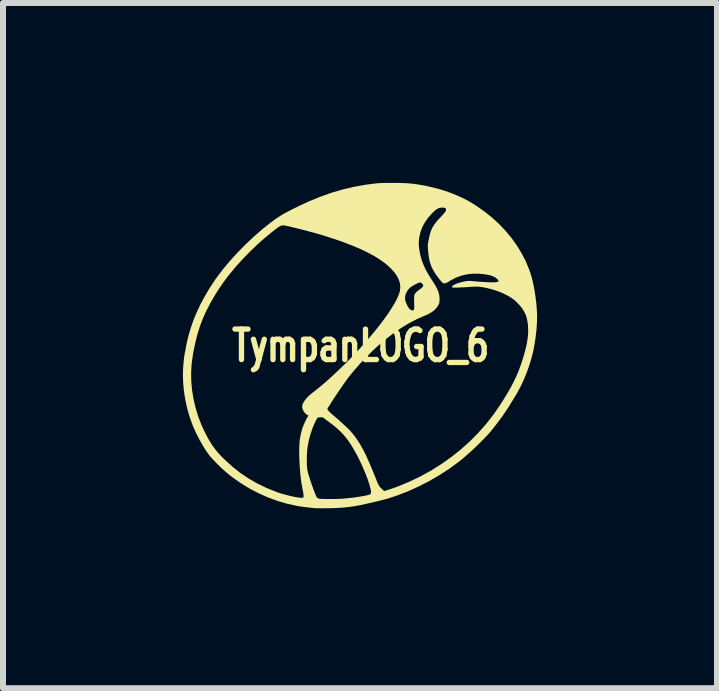
<source format=kicad_pcb>
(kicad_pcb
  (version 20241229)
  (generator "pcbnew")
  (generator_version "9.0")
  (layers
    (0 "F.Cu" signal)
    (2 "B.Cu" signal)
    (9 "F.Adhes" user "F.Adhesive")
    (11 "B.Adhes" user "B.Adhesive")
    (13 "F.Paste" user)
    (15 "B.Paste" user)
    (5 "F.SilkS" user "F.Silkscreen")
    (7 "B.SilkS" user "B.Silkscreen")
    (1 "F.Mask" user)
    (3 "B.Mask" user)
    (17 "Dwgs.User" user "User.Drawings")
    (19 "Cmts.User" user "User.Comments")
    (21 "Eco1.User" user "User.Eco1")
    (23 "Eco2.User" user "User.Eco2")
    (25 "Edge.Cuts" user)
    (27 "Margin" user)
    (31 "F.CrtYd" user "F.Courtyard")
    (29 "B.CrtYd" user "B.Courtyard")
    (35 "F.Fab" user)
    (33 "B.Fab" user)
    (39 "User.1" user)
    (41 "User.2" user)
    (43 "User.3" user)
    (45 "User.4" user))
  (footprint "TympanLOGO_6"
    (layer "F.Cu")
    (at 2.963 2.715)
    (property "Reference" "TympanLOGO_6" (at 0 0 0) (layer "F.SilkS") (effects (font (size 0.508 0.381) (thickness 0.089))))
    (attr board_only exclude_from_pos_files exclude_from_bom)
    (fp_poly (pts (xy 0.625 -2.715) (xy 0.7 -2.713) (xy 0.768 -2.71) (xy 0.831 -2.705) (xy 0.892 -2.699) (xy 0.953 -2.69) (xy 1.017 -2.679) (xy 1.074 -2.669) (xy 1.191 -2.643) (xy 1.301 -2.615) (xy 1.406 -2.583) (xy 1.511 -2.545) (xy 1.619 -2.501) (xy 1.7 -2.464) (xy 1.777 -2.425) (xy 1.861 -2.377) (xy 1.95 -2.319) (xy 2.044 -2.253) (xy 2.069 -2.235) (xy 2.193 -2.136) (xy 2.309 -2.03) (xy 2.417 -1.916) (xy 2.516 -1.797) (xy 2.605 -1.672) (xy 2.684 -1.543) (xy 2.753 -1.41) (xy 2.809 -1.274) (xy 2.834 -1.203) (xy 2.858 -1.12) (xy 2.88 -1.028) (xy 2.899 -0.929) (xy 2.915 -0.825) (xy 2.928 -0.721) (xy 2.937 -0.619) (xy 2.942 -0.521) (xy 2.942 -0.43) (xy 2.941 -0.4) (xy 2.934 -0.283) (xy 2.921 -0.164) (xy 2.904 -0.047) (xy 2.884 0.065) (xy 2.86 0.167) (xy 2.821 0.3) (xy 2.776 0.431) (xy 2.724 0.559) (xy 2.667 0.681) (xy 2.606 0.794) (xy 2.576 0.844) (xy 2.559 0.871) (xy 2.539 0.904) (xy 2.52 0.936) (xy 2.513 0.947) (xy 2.468 1.02) (xy 2.416 1.099) (xy 2.359 1.182) (xy 2.298 1.264) (xy 2.236 1.345) (xy 2.179 1.416) (xy 2.13 1.473) (xy 2.072 1.535) (xy 2.008 1.601) (xy 1.939 1.668) (xy 1.868 1.736) (xy 1.796 1.801) (xy 1.726 1.862) (xy 1.66 1.917) (xy 1.629 1.941) (xy 1.477 2.052) (xy 1.315 2.157) (xy 1.147 2.255) (xy 0.973 2.344) (xy 0.797 2.424) (xy 0.619 2.493) (xy 0.556 2.515) (xy 0.521 2.526) (xy 0.49 2.536) (xy 0.46 2.546) (xy 0.43 2.555) (xy 0.398 2.563) (xy 0.364 2.572) (xy 0.325 2.582) (xy 0.281 2.593) (xy 0.228 2.605) (xy 0.166 2.62) (xy 0.103 2.634) (xy -0.002 2.657) (xy -0.101 2.675) (xy -0.198 2.689) (xy -0.295 2.699) (xy -0.396 2.705) (xy -0.505 2.709) (xy -0.547 2.709) (xy -0.595 2.71) (xy -0.64 2.71) (xy -0.681 2.71) (xy -0.714 2.71) (xy -0.739 2.709) (xy -0.754 2.709) (xy -0.756 2.709) (xy -0.77 2.707) (xy -0.794 2.705) (xy -0.824 2.702) (xy -0.858 2.698) (xy -0.874 2.697) (xy -1.043 2.674) (xy -1.211 2.638) (xy -1.376 2.591) (xy -1.538 2.532) (xy -1.697 2.462) (xy -1.852 2.381) (xy -2.002 2.289) (xy -2.147 2.186) (xy -2.204 2.141) (xy -2.258 2.095) (xy -2.316 2.043) (xy -2.375 1.986) (xy -2.431 1.929) (xy -2.482 1.875) (xy -2.504 1.85) (xy -2.538 1.806) (xy -2.576 1.753) (xy -2.615 1.692) (xy -2.654 1.624) (xy -2.693 1.554) (xy -2.731 1.481) (xy -2.765 1.409) (xy -2.796 1.34) (xy -2.797 1.335) (xy -2.848 1.197) (xy -2.89 1.052) (xy -2.923 0.902) (xy -2.947 0.751) (xy -2.96 0.6) (xy -2.963 0.487) (xy -2.962 0.443) (xy -2.826 0.443) (xy -2.824 0.592) (xy -2.81 0.743) (xy -2.785 0.893) (xy -2.75 1.042) (xy -2.705 1.189) (xy -2.649 1.332) (xy -2.583 1.472) (xy -2.553 1.527) (xy -2.517 1.59) (xy -2.483 1.645) (xy -2.449 1.694) (xy -2.414 1.74) (xy -2.376 1.786) (xy -2.332 1.833) (xy -2.281 1.885) (xy -2.258 1.907) (xy -2.134 2.019) (xy -2.005 2.121) (xy -1.869 2.213) (xy -1.726 2.295) (xy -1.574 2.369) (xy -1.414 2.433) (xy -1.397 2.44) (xy -1.35 2.456) (xy -1.298 2.472) (xy -1.245 2.486) (xy -1.192 2.5) (xy -1.141 2.512) (xy -1.092 2.522) (xy -1.048 2.529) (xy -1.011 2.534) (xy -0.982 2.536) (xy -0.963 2.535) (xy -0.96 2.534) (xy -0.953 2.525) (xy -0.951 2.507) (xy -0.953 2.477) (xy -0.959 2.437) (xy -0.963 2.419) (xy -0.987 2.288) (xy -1.005 2.146) (xy -1.017 1.993) (xy -1.019 1.939) (xy -0.897 1.939) (xy -0.896 1.987) (xy -0.893 2.03) (xy -0.89 2.063) (xy -0.889 2.069) (xy -0.883 2.094) (xy -0.875 2.127) (xy -0.863 2.167) (xy -0.849 2.211) (xy -0.834 2.258) (xy -0.818 2.306) (xy -0.801 2.353) (xy -0.784 2.399) (xy -0.769 2.44) (xy -0.754 2.476) (xy -0.742 2.505) (xy -0.732 2.525) (xy -0.726 2.533) (xy -0.712 2.543) (xy -0.693 2.55) (xy -0.693 2.55) (xy -0.678 2.552) (xy -0.653 2.553) (xy -0.619 2.554) (xy -0.579 2.555) (xy -0.535 2.555) (xy -0.488 2.555) (xy -0.44 2.555) (xy -0.394 2.554) (xy -0.352 2.553) (xy -0.315 2.551) (xy -0.297 2.55) (xy -0.243 2.545) (xy -0.187 2.539) (xy -0.13 2.533) (xy -0.074 2.525) (xy -0.021 2.517) (xy 0.028 2.509) (xy 0.072 2.501) (xy 0.109 2.493) (xy 0.137 2.486) (xy 0.156 2.479) (xy 0.163 2.474) (xy 0.171 2.457) (xy 0.173 2.435) (xy 0.17 2.406) (xy 0.166 2.388) (xy 0.147 2.316) (xy 0.121 2.236) (xy 0.089 2.151) (xy 0.052 2.062) (xy 0.012 1.971) (xy -0.031 1.882) (xy -0.076 1.795) (xy -0.123 1.713) (xy -0.161 1.65) (xy -0.206 1.583) (xy -0.251 1.524) (xy -0.299 1.469) (xy -0.351 1.416) (xy -0.409 1.364) (xy -0.476 1.31) (xy -0.511 1.284) (xy -0.631 1.194) (xy -0.67 1.194) (xy -0.692 1.195) (xy -0.709 1.196) (xy -0.717 1.199) (xy -0.723 1.207) (xy -0.734 1.225) (xy -0.747 1.249) (xy -0.761 1.279) (xy -0.775 1.311) (xy -0.789 1.343) (xy -0.796 1.36) (xy -0.834 1.468) (xy -0.863 1.575) (xy -0.883 1.683) (xy -0.886 1.697) (xy -0.89 1.736) (xy -0.893 1.782) (xy -0.896 1.833) (xy -0.897 1.886) (xy -0.897 1.939) (xy -1.019 1.939) (xy -1.023 1.85) (xy -1.024 1.766) (xy -1.023 1.692) (xy -1.02 1.626) (xy -1.014 1.566) (xy -1.004 1.508) (xy -0.992 1.452) (xy -0.976 1.394) (xy -0.965 1.359) (xy -0.952 1.325) (xy -0.935 1.286) (xy -0.917 1.247) (xy -0.898 1.21) (xy -0.881 1.183) (xy -0.868 1.163) (xy -0.883 1.157) (xy -0.908 1.142) (xy -0.933 1.117) (xy -0.953 1.087) (xy -0.968 1.054) (xy -0.969 1.051) (xy -0.553 1.051) (xy -0.55 1.066) (xy -0.537 1.084) (xy -0.527 1.094) (xy -0.508 1.114) (xy -0.483 1.136) (xy -0.458 1.159) (xy -0.45 1.165) (xy -0.427 1.184) (xy -0.398 1.209) (xy -0.365 1.238) (xy -0.33 1.27) (xy -0.294 1.302) (xy -0.26 1.334) (xy -0.229 1.363) (xy -0.203 1.388) (xy -0.185 1.407) (xy -0.181 1.41) (xy -0.122 1.478) (xy -0.066 1.554) (xy -0.012 1.637) (xy 0.04 1.73) (xy 0.092 1.832) (xy 0.143 1.946) (xy 0.15 1.962) (xy 0.164 1.997) (xy 0.179 2.03) (xy 0.191 2.059) (xy 0.2 2.081) (xy 0.203 2.087) (xy 0.21 2.106) (xy 0.221 2.133) (xy 0.234 2.165) (xy 0.248 2.199) (xy 0.253 2.212) (xy 0.271 2.257) (xy 0.285 2.291) (xy 0.298 2.318) (xy 0.311 2.339) (xy 0.324 2.357) (xy 0.339 2.373) (xy 0.356 2.389) (xy 0.394 2.423) (xy 0.467 2.4) (xy 0.505 2.388) (xy 0.547 2.373) (xy 0.59 2.358) (xy 0.617 2.348) (xy 0.809 2.269) (xy 0.995 2.18) (xy 1.175 2.081) (xy 1.348 1.972) (xy 1.515 1.854) (xy 1.674 1.727) (xy 1.824 1.592) (xy 1.966 1.448) (xy 2.099 1.297) (xy 2.222 1.139) (xy 2.292 1.038) (xy 2.368 0.922) (xy 2.435 0.813) (xy 2.495 0.71) (xy 2.547 0.612) (xy 2.593 0.516) (xy 2.633 0.423) (xy 2.667 0.33) (xy 2.678 0.3) (xy 2.711 0.196) (xy 2.738 0.102) (xy 2.76 0.016) (xy 2.776 -0.064) (xy 2.787 -0.138) (xy 2.793 -0.208) (xy 2.794 -0.275) (xy 2.79 -0.341) (xy 2.789 -0.359) (xy 2.777 -0.433) (xy 2.759 -0.5) (xy 2.731 -0.562) (xy 2.695 -0.621) (xy 2.648 -0.679) (xy 2.598 -0.73) (xy 2.555 -0.768) (xy 2.509 -0.801) (xy 2.458 -0.832) (xy 2.397 -0.863) (xy 2.391 -0.866) (xy 2.32 -0.897) (xy 2.242 -0.925) (xy 2.163 -0.948) (xy 2.085 -0.967) (xy 2.011 -0.98) (xy 1.969 -0.984) (xy 1.942 -0.985) (xy 1.907 -0.985) (xy 1.868 -0.984) (xy 1.83 -0.982) (xy 1.829 -0.981) (xy 1.769 -0.977) (xy 1.714 -0.974) (xy 1.663 -0.972) (xy 1.617 -0.97) (xy 1.58 -0.97) (xy 1.55 -0.97) (xy 1.531 -0.972) (xy 1.523 -0.974) (xy 1.523 -0.974) (xy 1.522 -0.986) (xy 1.533 -0.999) (xy 1.553 -1.013) (xy 1.581 -1.027) (xy 1.617 -1.041) (xy 1.658 -1.054) (xy 1.703 -1.066) (xy 1.734 -1.072) (xy 1.755 -1.076) (xy 1.774 -1.079) (xy 1.791 -1.08) (xy 1.81 -1.081) (xy 1.834 -1.08) (xy 1.864 -1.078) (xy 1.903 -1.074) (xy 1.918 -1.073) (xy 1.965 -1.069) (xy 2.015 -1.065) (xy 2.064 -1.062) (xy 2.109 -1.06) (xy 2.135 -1.059) (xy 2.19 -1.057) (xy 2.234 -1.058) (xy 2.266 -1.061) (xy 2.287 -1.067) (xy 2.298 -1.075) (xy 2.299 -1.086) (xy 2.29 -1.1) (xy 2.276 -1.114) (xy 2.251 -1.135) (xy 2.222 -1.151) (xy 2.189 -1.165) (xy 2.149 -1.177) (xy 2.102 -1.186) (xy 2.045 -1.194) (xy 1.983 -1.2) (xy 1.882 -1.202) (xy 1.783 -1.192) (xy 1.687 -1.171) (xy 1.593 -1.137) (xy 1.503 -1.091) (xy 1.472 -1.072) (xy 1.439 -1.052) (xy 1.413 -1.042) (xy 1.391 -1.039) (xy 1.377 -1.042) (xy 1.367 -1.05) (xy 1.351 -1.066) (xy 1.33 -1.089) (xy 1.308 -1.117) (xy 1.284 -1.148) (xy 1.261 -1.181) (xy 1.239 -1.213) (xy 1.231 -1.226) (xy 1.205 -1.271) (xy 1.183 -1.316) (xy 1.165 -1.362) (xy 1.151 -1.411) (xy 1.14 -1.465) (xy 1.131 -1.528) (xy 1.124 -1.599) (xy 1.122 -1.634) (xy 1.12 -1.66) (xy 1.121 -1.683) (xy 1.123 -1.704) (xy 1.127 -1.729) (xy 1.133 -1.762) (xy 1.135 -1.769) (xy 1.149 -1.834) (xy 1.164 -1.888) (xy 1.181 -1.936) (xy 1.202 -1.979) (xy 1.227 -2.019) (xy 1.258 -2.06) (xy 1.296 -2.104) (xy 1.322 -2.132) (xy 1.357 -2.169) (xy 1.384 -2.199) (xy 1.403 -2.223) (xy 1.416 -2.243) (xy 1.423 -2.259) (xy 1.425 -2.272) (xy 1.425 -2.274) (xy 1.42 -2.289) (xy 1.404 -2.299) (xy 1.379 -2.304) (xy 1.348 -2.303) (xy 1.328 -2.3) (xy 1.306 -2.295) (xy 1.285 -2.286) (xy 1.263 -2.273) (xy 1.239 -2.254) (xy 1.21 -2.227) (xy 1.192 -2.209) (xy 1.127 -2.136) (xy 1.072 -2.059) (xy 1.029 -1.979) (xy 0.998 -1.897) (xy 0.979 -1.812) (xy 0.978 -1.809) (xy 0.973 -1.767) (xy 0.97 -1.73) (xy 0.97 -1.695) (xy 0.972 -1.657) (xy 0.977 -1.612) (xy 0.978 -1.605) (xy 0.994 -1.519) (xy 1.017 -1.434) (xy 1.048 -1.35) (xy 1.088 -1.264) (xy 1.139 -1.174) (xy 1.183 -1.105) (xy 1.22 -1.047) (xy 1.25 -0.998) (xy 1.273 -0.954) (xy 1.291 -0.915) (xy 1.303 -0.879) (xy 1.311 -0.844) (xy 1.315 -0.809) (xy 1.316 -0.781) (xy 1.316 -0.751) (xy 1.314 -0.73) (xy 1.312 -0.714) (xy 1.306 -0.699) (xy 1.298 -0.681) (xy 1.296 -0.677) (xy 1.266 -0.632) (xy 1.227 -0.591) (xy 1.178 -0.555) (xy 1.118 -0.522) (xy 1.073 -0.503) (xy 0.943 -0.446) (xy 0.814 -0.38) (xy 0.686 -0.303) (xy 0.56 -0.217) (xy 0.433 -0.12) (xy 0.304 -0.012) (xy 0.209 0.076) (xy 0.104 0.179) (xy -0.001 0.29) (xy -0.101 0.403) (xy -0.188 0.509) (xy -0.205 0.531) (xy -0.227 0.561) (xy -0.252 0.596) (xy -0.281 0.637) (xy -0.311 0.68) (xy -0.343 0.726) (xy -0.374 0.772) (xy -0.404 0.816) (xy -0.432 0.858) (xy -0.457 0.896) (xy -0.478 0.929) (xy -0.494 0.954) (xy -0.504 0.971) (xy -0.505 0.973) (xy -0.517 0.993) (xy -0.53 1.012) (xy -0.533 1.016) (xy -0.548 1.036) (xy -0.553 1.051) (xy -0.969 1.051) (xy -0.975 1.022) (xy -0.975 1.016) (xy -0.97 0.984) (xy -0.955 0.949) (xy -0.93 0.911) (xy -0.898 0.871) (xy -0.859 0.831) (xy -0.815 0.793) (xy -0.8 0.782) (xy -0.736 0.732) (xy -0.665 0.674) (xy -0.588 0.609) (xy -0.508 0.538) (xy -0.426 0.462) (xy -0.343 0.383) (xy -0.26 0.303) (xy -0.179 0.222) (xy -0.101 0.141) (xy -0.028 0.063) (xy -0.022 0.056) (xy 0.075 -0.053) (xy 0.166 -0.158) (xy 0.25 -0.26) (xy 0.328 -0.358) (xy 0.398 -0.451) (xy 0.461 -0.54) (xy 0.515 -0.623) (xy 0.562 -0.7) (xy 0.6 -0.77) (xy 0.617 -0.808) (xy 0.741 -0.808) (xy 0.741 -0.775) (xy 0.749 -0.74) (xy 0.765 -0.7) (xy 0.775 -0.677) (xy 0.796 -0.639) (xy 0.818 -0.612) (xy 0.839 -0.595) (xy 0.859 -0.588) (xy 0.877 -0.593) (xy 0.885 -0.601) (xy 0.891 -0.609) (xy 0.894 -0.62) (xy 0.895 -0.636) (xy 0.895 -0.66) (xy 0.894 -0.668) (xy 0.893 -0.716) (xy 0.892 -0.76) (xy 0.892 -0.797) (xy 0.893 -0.826) (xy 0.896 -0.844) (xy 0.896 -0.845) (xy 0.906 -0.866) (xy 0.925 -0.889) (xy 0.951 -0.914) (xy 0.982 -0.937) (xy 0.984 -0.939) (xy 1.013 -0.959) (xy 1.031 -0.976) (xy 1.041 -0.991) (xy 1.044 -1.005) (xy 1.039 -1.021) (xy 1.026 -1.037) (xy 1.009 -1.05) (xy 0.993 -1.056) (xy 0.991 -1.056) (xy 0.978 -1.053) (xy 0.957 -1.045) (xy 0.931 -1.033) (xy 0.902 -1.018) (xy 0.874 -1.002) (xy 0.849 -0.987) (xy 0.83 -0.973) (xy 0.828 -0.972) (xy 0.793 -0.936) (xy 0.765 -0.893) (xy 0.747 -0.846) (xy 0.746 -0.842) (xy 0.741 -0.808) (xy 0.617 -0.808) (xy 0.629 -0.834) (xy 0.649 -0.891) (xy 0.656 -0.917) (xy 0.662 -0.977) (xy 0.656 -1.037) (xy 0.638 -1.099) (xy 0.607 -1.16) (xy 0.565 -1.222) (xy 0.51 -1.283) (xy 0.444 -1.345) (xy 0.403 -1.378) (xy 0.321 -1.437) (xy 0.227 -1.496) (xy 0.121 -1.553) (xy 0.002 -1.61) (xy -0.128 -1.666) (xy -0.271 -1.721) (xy -0.272 -1.722) (xy -0.331 -1.743) (xy -0.397 -1.766) (xy -0.467 -1.789) (xy -0.538 -1.812) (xy -0.606 -1.834) (xy -0.669 -1.853) (xy -0.713 -1.865) (xy -0.729 -1.87) (xy -0.754 -1.877) (xy -0.785 -1.886) (xy -0.819 -1.895) (xy -0.831 -1.898) (xy -0.868 -1.908) (xy -0.912 -1.92) (xy -0.96 -1.932) (xy -1.01 -1.945) (xy -1.061 -1.958) (xy -1.111 -1.97) (xy -1.156 -1.981) (xy -1.195 -1.99) (xy -1.226 -1.997) (xy -1.242 -2) (xy -1.267 -2.005) (xy -1.288 -2.007) (xy -1.307 -2.006) (xy -1.325 -2.002) (xy -1.345 -1.993) (xy -1.368 -1.979) (xy -1.396 -1.96) (xy -1.431 -1.933) (xy -1.472 -1.901) (xy -1.6 -1.796) (xy -1.727 -1.683) (xy -1.85 -1.564) (xy -1.969 -1.442) (xy -2.08 -1.319) (xy -2.182 -1.197) (xy -2.195 -1.181) (xy -2.281 -1.067) (xy -2.363 -0.948) (xy -2.439 -0.827) (xy -2.509 -0.705) (xy -2.571 -0.585) (xy -2.624 -0.469) (xy -2.629 -0.456) (xy -2.657 -0.384) (xy -2.683 -0.313) (xy -2.706 -0.241) (xy -2.728 -0.166) (xy -2.748 -0.086) (xy -2.767 0.000488) (xy -2.787 0.097) (xy -2.797 0.153) (xy -2.817 0.297) (xy -2.826 0.443) (xy -2.962 0.443) (xy -2.962 0.433) (xy -2.96 0.374) (xy -2.955 0.313) (xy -2.95 0.254) (xy -2.944 0.199) (xy -2.937 0.152) (xy -2.933 0.13) (xy -2.927 0.101) (xy -2.921 0.073) (xy -2.917 0.05) (xy -2.916 0.044) (xy -2.908 -0.006) (xy -2.895 -0.064) (xy -2.88 -0.129) (xy -2.862 -0.196) (xy -2.842 -0.265) (xy -2.831 -0.3) (xy -2.787 -0.427) (xy -2.733 -0.558) (xy -2.67 -0.691) (xy -2.599 -0.824) (xy -2.521 -0.955) (xy -2.438 -1.083) (xy -2.386 -1.156) (xy -2.281 -1.293) (xy -2.166 -1.429) (xy -2.042 -1.564) (xy -1.912 -1.696) (xy -1.778 -1.822) (xy -1.64 -1.942) (xy -1.502 -2.052) (xy -1.429 -2.106) (xy -1.392 -2.132) (xy -1.354 -2.156) (xy -1.315 -2.181) (xy -1.272 -2.206) (xy -1.223 -2.232) (xy -1.167 -2.261) (xy -1.102 -2.294) (xy -1.06 -2.315) (xy -0.867 -2.405) (xy -0.677 -2.483) (xy -0.489 -2.55) (xy -0.3 -2.605) (xy -0.111 -2.65) (xy 0.08 -2.684) (xy 0.206 -2.701) (xy 0.243 -2.705) (xy 0.277 -2.709) (xy 0.31 -2.711) (xy 0.344 -2.713) (xy 0.383 -2.714) (xy 0.426 -2.715) (xy 0.478 -2.715) (xy 0.541 -2.715) (xy 0.541 -2.715)) (stroke (width 0) (type solid)) (fill yes) (layer "F.SilkS")))
  (gr_rect
    (start -3 -3)
    (end 8.905 8.425)
    (stroke (width 0.1) (type default))
    (fill no)
    (layer "Edge.Cuts")))
</source>
